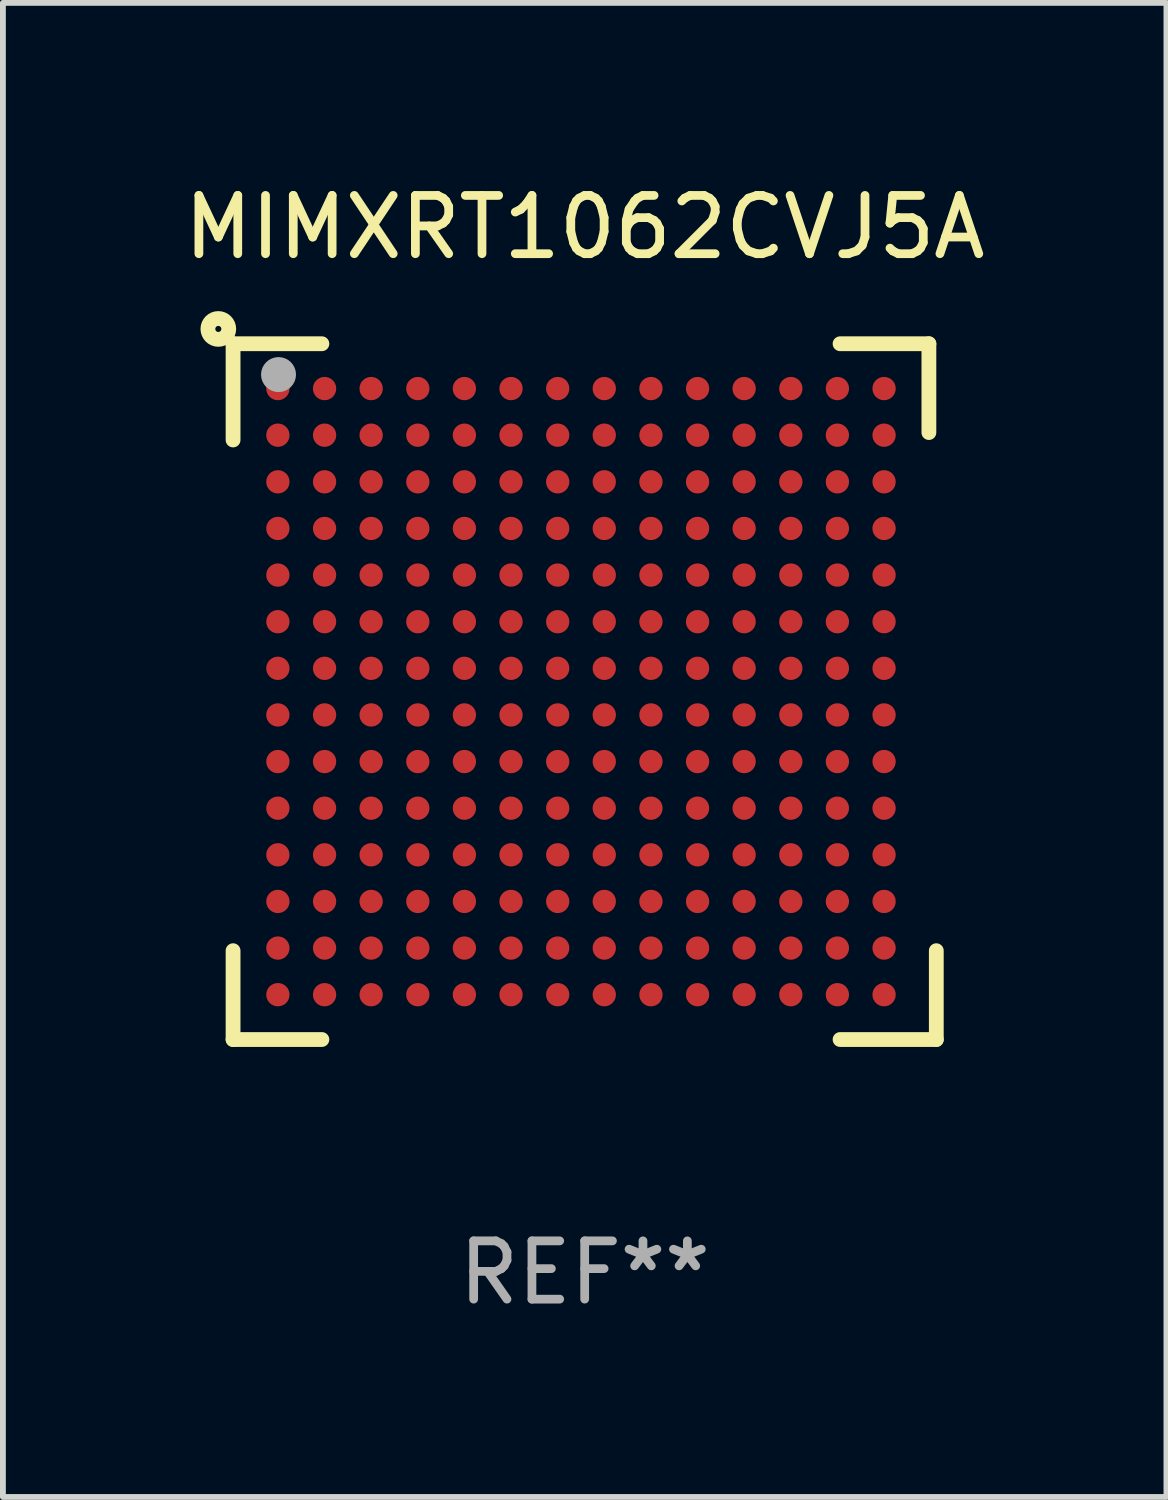
<source format=kicad_pcb>
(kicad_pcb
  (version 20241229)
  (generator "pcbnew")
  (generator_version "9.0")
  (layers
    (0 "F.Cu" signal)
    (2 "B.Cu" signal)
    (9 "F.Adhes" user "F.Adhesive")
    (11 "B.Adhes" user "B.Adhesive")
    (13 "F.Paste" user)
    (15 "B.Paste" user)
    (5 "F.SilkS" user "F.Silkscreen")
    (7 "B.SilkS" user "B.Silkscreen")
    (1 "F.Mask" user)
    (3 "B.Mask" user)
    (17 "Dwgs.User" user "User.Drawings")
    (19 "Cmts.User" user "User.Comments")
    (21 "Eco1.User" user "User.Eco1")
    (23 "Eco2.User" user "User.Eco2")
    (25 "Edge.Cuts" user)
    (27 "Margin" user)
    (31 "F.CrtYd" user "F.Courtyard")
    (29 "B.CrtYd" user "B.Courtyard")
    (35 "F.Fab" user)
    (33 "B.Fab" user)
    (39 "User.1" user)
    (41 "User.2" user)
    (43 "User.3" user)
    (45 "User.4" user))
  (footprint "MIMXRT1062CVJ5A"
    (layer "F.Cu")
    (at 6.982 8.817)
    (property "Reference" "MIMXRT1062CVJ5A" (at 0 -7.969 0) (layer "F.SilkS") (effects (font (size 1 1) (thickness 0.15))))
    (attr through_hole)
    (fp_line (start -6.033 -5.969) (end -4.509 -5.969) (stroke (width 0.254) (type solid)) (layer "F.SilkS"))
    (fp_line (start -6.033 -4.318) (end -6.033 -5.969) (stroke (width 0.254) (type solid)) (layer "F.SilkS"))
    (fp_line (start -6.033 5.969) (end -6.033 4.445) (stroke (width 0.254) (type solid)) (layer "F.SilkS"))
    (fp_line (start -4.509 5.969) (end -6.033 5.969) (stroke (width 0.254) (type solid)) (layer "F.SilkS"))
    (fp_line (start 4.382 -5.969) (end 5.906 -5.969) (stroke (width 0.254) (type solid)) (layer "F.SilkS"))
    (fp_line (start 5.906 -5.969) (end 5.906 -4.445) (stroke (width 0.254) (type solid)) (layer "F.SilkS"))
    (fp_line (start 6.033 4.445) (end 6.033 5.969) (stroke (width 0.254) (type solid)) (layer "F.SilkS"))
    (fp_line (start 6.033 5.969) (end 4.382 5.969) (stroke (width 0.254) (type solid)) (layer "F.SilkS"))
    (fp_circle (center -6.286 -6.223) (end -6.107 -6.223) (stroke (width 0.254) (type solid)) (fill no) (layer "F.SilkS"))
    (fp_circle (center -6.064 -6) (end -6.013 -6) (stroke (width 0.1) (type solid)) (fill no) (layer "F.SilkS"))
    (fp_circle (center -5.253 -5.44) (end -5.103 -5.44) (stroke (width 0.3) (type solid)) (fill no) (layer "F.Fab"))
    (fp_text user "REF**" (at 0 9.969 0) (layer "F.Fab") (effects (font (size 1 1) (thickness 0.15))))
    (pad "A1" smd circle (at -5.264 -5.2) (size 0.4 0.4) (layers "F.Cu" "F.Mask" "F.Paste"))
    (pad "A2" smd circle (at -4.463 -5.2) (size 0.4 0.4) (layers "F.Cu" "F.Mask" "F.Paste"))
    (pad "A3" smd circle (at -3.664 -5.2) (size 0.4 0.4) (layers "F.Cu" "F.Mask" "F.Paste"))
    (pad "A4" smd circle (at -2.863 -5.2) (size 0.4 0.4) (layers "F.Cu" "F.Mask" "F.Paste"))
    (pad "A5" smd circle (at -2.064 -5.2) (size 0.4 0.4) (layers "F.Cu" "F.Mask" "F.Paste"))
    (pad "A6" smd circle (at -1.264 -5.2) (size 0.4 0.4) (layers "F.Cu" "F.Mask" "F.Paste"))
    (pad "A7" smd circle (at -0.463 -5.2) (size 0.4 0.4) (layers "F.Cu" "F.Mask" "F.Paste"))
    (pad "A8" smd circle (at 0.336 -5.2) (size 0.4 0.4) (layers "F.Cu" "F.Mask" "F.Paste"))
    (pad "A9" smd circle (at 1.137 -5.2) (size 0.4 0.4) (layers "F.Cu" "F.Mask" "F.Paste"))
    (pad "A10" smd circle (at 1.937 -5.2) (size 0.4 0.4) (layers "F.Cu" "F.Mask" "F.Paste"))
    (pad "A11" smd circle (at 2.736 -5.2) (size 0.4 0.4) (layers "F.Cu" "F.Mask" "F.Paste"))
    (pad "A12" smd circle (at 3.537 -5.2) (size 0.4 0.4) (layers "F.Cu" "F.Mask" "F.Paste"))
    (pad "A13" smd circle (at 4.336 -5.2) (size 0.4 0.4) (layers "F.Cu" "F.Mask" "F.Paste"))
    (pad "A14" smd circle (at 5.137 -5.2) (size 0.4 0.4) (layers "F.Cu" "F.Mask" "F.Paste"))
    (pad "B1" smd circle (at -5.264 -4.4) (size 0.4 0.4) (layers "F.Cu" "F.Mask" "F.Paste"))
    (pad "B2" smd circle (at -4.463 -4.4) (size 0.4 0.4) (layers "F.Cu" "F.Mask" "F.Paste"))
    (pad "B3" smd circle (at -3.664 -4.4) (size 0.4 0.4) (layers "F.Cu" "F.Mask" "F.Paste"))
    (pad "B4" smd circle (at -2.863 -4.4) (size 0.4 0.4) (layers "F.Cu" "F.Mask" "F.Paste"))
    (pad "B5" smd circle (at -2.064 -4.4) (size 0.4 0.4) (layers "F.Cu" "F.Mask" "F.Paste"))
    (pad "B6" smd circle (at -1.264 -4.4) (size 0.4 0.4) (layers "F.Cu" "F.Mask" "F.Paste"))
    (pad "B7" smd circle (at -0.463 -4.4) (size 0.4 0.4) (layers "F.Cu" "F.Mask" "F.Paste"))
    (pad "B8" smd circle (at 0.336 -4.4) (size 0.4 0.4) (layers "F.Cu" "F.Mask" "F.Paste"))
    (pad "B9" smd circle (at 1.137 -4.4) (size 0.4 0.4) (layers "F.Cu" "F.Mask" "F.Paste"))
    (pad "B10" smd circle (at 1.937 -4.4) (size 0.4 0.4) (layers "F.Cu" "F.Mask" "F.Paste"))
    (pad "B11" smd circle (at 2.736 -4.4) (size 0.4 0.4) (layers "F.Cu" "F.Mask" "F.Paste"))
    (pad "B12" smd circle (at 3.537 -4.4) (size 0.4 0.4) (layers "F.Cu" "F.Mask" "F.Paste"))
    (pad "B13" smd circle (at 4.336 -4.4) (size 0.4 0.4) (layers "F.Cu" "F.Mask" "F.Paste"))
    (pad "B14" smd circle (at 5.137 -4.4) (size 0.4 0.4) (layers "F.Cu" "F.Mask" "F.Paste"))
    (pad "C1" smd circle (at -5.264 -3.6) (size 0.4 0.4) (layers "F.Cu" "F.Mask" "F.Paste"))
    (pad "C2" smd circle (at -4.463 -3.6) (size 0.4 0.4) (layers "F.Cu" "F.Mask" "F.Paste"))
    (pad "C3" smd circle (at -3.664 -3.6) (size 0.4 0.4) (layers "F.Cu" "F.Mask" "F.Paste"))
    (pad "C4" smd circle (at -2.863 -3.6) (size 0.4 0.4) (layers "F.Cu" "F.Mask" "F.Paste"))
    (pad "C5" smd circle (at -2.064 -3.6) (size 0.4 0.4) (layers "F.Cu" "F.Mask" "F.Paste"))
    (pad "C6" smd circle (at -1.264 -3.6) (size 0.4 0.4) (layers "F.Cu" "F.Mask" "F.Paste"))
    (pad "C7" smd circle (at -0.463 -3.6) (size 0.4 0.4) (layers "F.Cu" "F.Mask" "F.Paste"))
    (pad "C8" smd circle (at 0.336 -3.6) (size 0.4 0.4) (layers "F.Cu" "F.Mask" "F.Paste"))
    (pad "C9" smd circle (at 1.137 -3.6) (size 0.4 0.4) (layers "F.Cu" "F.Mask" "F.Paste"))
    (pad "C10" smd circle (at 1.937 -3.6) (size 0.4 0.4) (layers "F.Cu" "F.Mask" "F.Paste"))
    (pad "C11" smd circle (at 2.736 -3.6) (size 0.4 0.4) (layers "F.Cu" "F.Mask" "F.Paste"))
    (pad "C12" smd circle (at 3.537 -3.6) (size 0.4 0.4) (layers "F.Cu" "F.Mask" "F.Paste"))
    (pad "C13" smd circle (at 4.336 -3.6) (size 0.4 0.4) (layers "F.Cu" "F.Mask" "F.Paste"))
    (pad "C14" smd circle (at 5.137 -3.6) (size 0.4 0.4) (layers "F.Cu" "F.Mask" "F.Paste"))
    (pad "D1" smd circle (at -5.264 -2.8) (size 0.4 0.4) (layers "F.Cu" "F.Mask" "F.Paste"))
    (pad "D2" smd circle (at -4.463 -2.8) (size 0.4 0.4) (layers "F.Cu" "F.Mask" "F.Paste"))
    (pad "D3" smd circle (at -3.664 -2.8) (size 0.4 0.4) (layers "F.Cu" "F.Mask" "F.Paste"))
    (pad "D4" smd circle (at -2.863 -2.8) (size 0.4 0.4) (layers "F.Cu" "F.Mask" "F.Paste"))
    (pad "D5" smd circle (at -2.064 -2.8) (size 0.4 0.4) (layers "F.Cu" "F.Mask" "F.Paste"))
    (pad "D6" smd circle (at -1.264 -2.8) (size 0.4 0.4) (layers "F.Cu" "F.Mask" "F.Paste"))
    (pad "D7" smd circle (at -0.463 -2.8) (size 0.4 0.4) (layers "F.Cu" "F.Mask" "F.Paste"))
    (pad "D8" smd circle (at 0.336 -2.8) (size 0.4 0.4) (layers "F.Cu" "F.Mask" "F.Paste"))
    (pad "D9" smd circle (at 1.137 -2.8) (size 0.4 0.4) (layers "F.Cu" "F.Mask" "F.Paste"))
    (pad "D10" smd circle (at 1.937 -2.8) (size 0.4 0.4) (layers "F.Cu" "F.Mask" "F.Paste"))
    (pad "D11" smd circle (at 2.736 -2.8) (size 0.4 0.4) (layers "F.Cu" "F.Mask" "F.Paste"))
    (pad "D12" smd circle (at 3.537 -2.8) (size 0.4 0.4) (layers "F.Cu" "F.Mask" "F.Paste"))
    (pad "D13" smd circle (at 4.336 -2.8) (size 0.4 0.4) (layers "F.Cu" "F.Mask" "F.Paste"))
    (pad "D14" smd circle (at 5.137 -2.8) (size 0.4 0.4) (layers "F.Cu" "F.Mask" "F.Paste"))
    (pad "E1" smd circle (at -5.264 -2) (size 0.4 0.4) (layers "F.Cu" "F.Mask" "F.Paste"))
    (pad "E2" smd circle (at -4.463 -2) (size 0.4 0.4) (layers "F.Cu" "F.Mask" "F.Paste"))
    (pad "E3" smd circle (at -3.664 -2) (size 0.4 0.4) (layers "F.Cu" "F.Mask" "F.Paste"))
    (pad "E4" smd circle (at -2.863 -2) (size 0.4 0.4) (layers "F.Cu" "F.Mask" "F.Paste"))
    (pad "E5" smd circle (at -2.064 -2) (size 0.4 0.4) (layers "F.Cu" "F.Mask" "F.Paste"))
    (pad "E6" smd circle (at -1.264 -2) (size 0.4 0.4) (layers "F.Cu" "F.Mask" "F.Paste"))
    (pad "E7" smd circle (at -0.463 -2) (size 0.4 0.4) (layers "F.Cu" "F.Mask" "F.Paste"))
    (pad "E8" smd circle (at 0.336 -2) (size 0.4 0.4) (layers "F.Cu" "F.Mask" "F.Paste"))
    (pad "E9" smd circle (at 1.137 -2) (size 0.4 0.4) (layers "F.Cu" "F.Mask" "F.Paste"))
    (pad "E10" smd circle (at 1.937 -2) (size 0.4 0.4) (layers "F.Cu" "F.Mask" "F.Paste"))
    (pad "E11" smd circle (at 2.736 -2) (size 0.4 0.4) (layers "F.Cu" "F.Mask" "F.Paste"))
    (pad "E12" smd circle (at 3.537 -2) (size 0.4 0.4) (layers "F.Cu" "F.Mask" "F.Paste"))
    (pad "E13" smd circle (at 4.336 -2) (size 0.4 0.4) (layers "F.Cu" "F.Mask" "F.Paste"))
    (pad "E14" smd circle (at 5.137 -2) (size 0.4 0.4) (layers "F.Cu" "F.Mask" "F.Paste"))
    (pad "F1" smd circle (at -5.264 -1.2) (size 0.4 0.4) (layers "F.Cu" "F.Mask" "F.Paste"))
    (pad "F2" smd circle (at -4.463 -1.2) (size 0.4 0.4) (layers "F.Cu" "F.Mask" "F.Paste"))
    (pad "F3" smd circle (at -3.664 -1.2) (size 0.4 0.4) (layers "F.Cu" "F.Mask" "F.Paste"))
    (pad "F4" smd circle (at -2.863 -1.2) (size 0.4 0.4) (layers "F.Cu" "F.Mask" "F.Paste"))
    (pad "F5" smd circle (at -2.064 -1.2) (size 0.4 0.4) (layers "F.Cu" "F.Mask" "F.Paste"))
    (pad "F6" smd circle (at -1.264 -1.2) (size 0.4 0.4) (layers "F.Cu" "F.Mask" "F.Paste"))
    (pad "F7" smd circle (at -0.463 -1.2) (size 0.4 0.4) (layers "F.Cu" "F.Mask" "F.Paste"))
    (pad "F8" smd circle (at 0.336 -1.2) (size 0.4 0.4) (layers "F.Cu" "F.Mask" "F.Paste"))
    (pad "F9" smd circle (at 1.137 -1.2) (size 0.4 0.4) (layers "F.Cu" "F.Mask" "F.Paste"))
    (pad "F10" smd circle (at 1.937 -1.2) (size 0.4 0.4) (layers "F.Cu" "F.Mask" "F.Paste"))
    (pad "F11" smd circle (at 2.736 -1.2) (size 0.4 0.4) (layers "F.Cu" "F.Mask" "F.Paste"))
    (pad "F12" smd circle (at 3.537 -1.2) (size 0.4 0.4) (layers "F.Cu" "F.Mask" "F.Paste"))
    (pad "F13" smd circle (at 4.336 -1.2) (size 0.4 0.4) (layers "F.Cu" "F.Mask" "F.Paste"))
    (pad "F14" smd circle (at 5.137 -1.2) (size 0.4 0.4) (layers "F.Cu" "F.Mask" "F.Paste"))
    (pad "G1" smd circle (at -5.264 -0.4) (size 0.4 0.4) (layers "F.Cu" "F.Mask" "F.Paste"))
    (pad "G2" smd circle (at -4.463 -0.4) (size 0.4 0.4) (layers "F.Cu" "F.Mask" "F.Paste"))
    (pad "G3" smd circle (at -3.664 -0.4) (size 0.4 0.4) (layers "F.Cu" "F.Mask" "F.Paste"))
    (pad "G4" smd circle (at -2.863 -0.4) (size 0.4 0.4) (layers "F.Cu" "F.Mask" "F.Paste"))
    (pad "G5" smd circle (at -2.064 -0.4) (size 0.4 0.4) (layers "F.Cu" "F.Mask" "F.Paste"))
    (pad "G6" smd circle (at -1.264 -0.4) (size 0.4 0.4) (layers "F.Cu" "F.Mask" "F.Paste"))
    (pad "G7" smd circle (at -0.463 -0.4) (size 0.4 0.4) (layers "F.Cu" "F.Mask" "F.Paste"))
    (pad "G8" smd circle (at 0.336 -0.4) (size 0.4 0.4) (layers "F.Cu" "F.Mask" "F.Paste"))
    (pad "G9" smd circle (at 1.137 -0.4) (size 0.4 0.4) (layers "F.Cu" "F.Mask" "F.Paste"))
    (pad "G10" smd circle (at 1.937 -0.4) (size 0.4 0.4) (layers "F.Cu" "F.Mask" "F.Paste"))
    (pad "G11" smd circle (at 2.736 -0.4) (size 0.4 0.4) (layers "F.Cu" "F.Mask" "F.Paste"))
    (pad "G12" smd circle (at 3.537 -0.4) (size 0.4 0.4) (layers "F.Cu" "F.Mask" "F.Paste"))
    (pad "G13" smd circle (at 4.336 -0.4) (size 0.4 0.4) (layers "F.Cu" "F.Mask" "F.Paste"))
    (pad "G14" smd circle (at 5.137 -0.4) (size 0.4 0.4) (layers "F.Cu" "F.Mask" "F.Paste"))
    (pad "H1" smd circle (at -5.264 0.4) (size 0.4 0.4) (layers "F.Cu" "F.Mask" "F.Paste"))
    (pad "H2" smd circle (at -4.463 0.4) (size 0.4 0.4) (layers "F.Cu" "F.Mask" "F.Paste"))
    (pad "H3" smd circle (at -3.664 0.4) (size 0.4 0.4) (layers "F.Cu" "F.Mask" "F.Paste"))
    (pad "H4" smd circle (at -2.863 0.4) (size 0.4 0.4) (layers "F.Cu" "F.Mask" "F.Paste"))
    (pad "H5" smd circle (at -2.064 0.4) (size 0.4 0.4) (layers "F.Cu" "F.Mask" "F.Paste"))
    (pad "H6" smd circle (at -1.264 0.4) (size 0.4 0.4) (layers "F.Cu" "F.Mask" "F.Paste"))
    (pad "H7" smd circle (at -0.463 0.4) (size 0.4 0.4) (layers "F.Cu" "F.Mask" "F.Paste"))
    (pad "H8" smd circle (at 0.336 0.4) (size 0.4 0.4) (layers "F.Cu" "F.Mask" "F.Paste"))
    (pad "H9" smd circle (at 1.137 0.4) (size 0.4 0.4) (layers "F.Cu" "F.Mask" "F.Paste"))
    (pad "H10" smd circle (at 1.937 0.4) (size 0.4 0.4) (layers "F.Cu" "F.Mask" "F.Paste"))
    (pad "H11" smd circle (at 2.736 0.4) (size 0.4 0.4) (layers "F.Cu" "F.Mask" "F.Paste"))
    (pad "H12" smd circle (at 3.537 0.4) (size 0.4 0.4) (layers "F.Cu" "F.Mask" "F.Paste"))
    (pad "H13" smd circle (at 4.336 0.4) (size 0.4 0.4) (layers "F.Cu" "F.Mask" "F.Paste"))
    (pad "H14" smd circle (at 5.137 0.4) (size 0.4 0.4) (layers "F.Cu" "F.Mask" "F.Paste"))
    (pad "J1" smd circle (at -5.264 1.2) (size 0.4 0.4) (layers "F.Cu" "F.Mask" "F.Paste"))
    (pad "J2" smd circle (at -4.463 1.2) (size 0.4 0.4) (layers "F.Cu" "F.Mask" "F.Paste"))
    (pad "J3" smd circle (at -3.664 1.2) (size 0.4 0.4) (layers "F.Cu" "F.Mask" "F.Paste"))
    (pad "J4" smd circle (at -2.863 1.2) (size 0.4 0.4) (layers "F.Cu" "F.Mask" "F.Paste"))
    (pad "J5" smd circle (at -2.064 1.2) (size 0.4 0.4) (layers "F.Cu" "F.Mask" "F.Paste"))
    (pad "J6" smd circle (at -1.264 1.2) (size 0.4 0.4) (layers "F.Cu" "F.Mask" "F.Paste"))
    (pad "J7" smd circle (at -0.463 1.2) (size 0.4 0.4) (layers "F.Cu" "F.Mask" "F.Paste"))
    (pad "J8" smd circle (at 0.336 1.2) (size 0.4 0.4) (layers "F.Cu" "F.Mask" "F.Paste"))
    (pad "J9" smd circle (at 1.137 1.2) (size 0.4 0.4) (layers "F.Cu" "F.Mask" "F.Paste"))
    (pad "J10" smd circle (at 1.937 1.2) (size 0.4 0.4) (layers "F.Cu" "F.Mask" "F.Paste"))
    (pad "J11" smd circle (at 2.736 1.2) (size 0.4 0.4) (layers "F.Cu" "F.Mask" "F.Paste"))
    (pad "J12" smd circle (at 3.537 1.2) (size 0.4 0.4) (layers "F.Cu" "F.Mask" "F.Paste"))
    (pad "J13" smd circle (at 4.336 1.2) (size 0.4 0.4) (layers "F.Cu" "F.Mask" "F.Paste"))
    (pad "J14" smd circle (at 5.137 1.2) (size 0.4 0.4) (layers "F.Cu" "F.Mask" "F.Paste"))
    (pad "K1" smd circle (at -5.264 2) (size 0.4 0.4) (layers "F.Cu" "F.Mask" "F.Paste"))
    (pad "K2" smd circle (at -4.463 2) (size 0.4 0.4) (layers "F.Cu" "F.Mask" "F.Paste"))
    (pad "K3" smd circle (at -3.664 2) (size 0.4 0.4) (layers "F.Cu" "F.Mask" "F.Paste"))
    (pad "K4" smd circle (at -2.863 2) (size 0.4 0.4) (layers "F.Cu" "F.Mask" "F.Paste"))
    (pad "K5" smd circle (at -2.064 2) (size 0.4 0.4) (layers "F.Cu" "F.Mask" "F.Paste"))
    (pad "K6" smd circle (at -1.264 2) (size 0.4 0.4) (layers "F.Cu" "F.Mask" "F.Paste"))
    (pad "K7" smd circle (at -0.463 2) (size 0.4 0.4) (layers "F.Cu" "F.Mask" "F.Paste"))
    (pad "K8" smd circle (at 0.336 2) (size 0.4 0.4) (layers "F.Cu" "F.Mask" "F.Paste"))
    (pad "K9" smd circle (at 1.137 2) (size 0.4 0.4) (layers "F.Cu" "F.Mask" "F.Paste"))
    (pad "K10" smd circle (at 1.937 2) (size 0.4 0.4) (layers "F.Cu" "F.Mask" "F.Paste"))
    (pad "K11" smd circle (at 2.736 2) (size 0.4 0.4) (layers "F.Cu" "F.Mask" "F.Paste"))
    (pad "K12" smd circle (at 3.537 2) (size 0.4 0.4) (layers "F.Cu" "F.Mask" "F.Paste"))
    (pad "K13" smd circle (at 4.336 2) (size 0.4 0.4) (layers "F.Cu" "F.Mask" "F.Paste"))
    (pad "K14" smd circle (at 5.137 2) (size 0.4 0.4) (layers "F.Cu" "F.Mask" "F.Paste"))
    (pad "L1" smd circle (at -5.264 2.8) (size 0.4 0.4) (layers "F.Cu" "F.Mask" "F.Paste"))
    (pad "L2" smd circle (at -4.463 2.8) (size 0.4 0.4) (layers "F.Cu" "F.Mask" "F.Paste"))
    (pad "L3" smd circle (at -3.664 2.8) (size 0.4 0.4) (layers "F.Cu" "F.Mask" "F.Paste"))
    (pad "L4" smd circle (at -2.863 2.8) (size 0.4 0.4) (layers "F.Cu" "F.Mask" "F.Paste"))
    (pad "L5" smd circle (at -2.064 2.8) (size 0.4 0.4) (layers "F.Cu" "F.Mask" "F.Paste"))
    (pad "L6" smd circle (at -1.264 2.8) (size 0.4 0.4) (layers "F.Cu" "F.Mask" "F.Paste"))
    (pad "L7" smd circle (at -0.463 2.8) (size 0.4 0.4) (layers "F.Cu" "F.Mask" "F.Paste"))
    (pad "L8" smd circle (at 0.336 2.8) (size 0.4 0.4) (layers "F.Cu" "F.Mask" "F.Paste"))
    (pad "L9" smd circle (at 1.137 2.8) (size 0.4 0.4) (layers "F.Cu" "F.Mask" "F.Paste"))
    (pad "L10" smd circle (at 1.937 2.8) (size 0.4 0.4) (layers "F.Cu" "F.Mask" "F.Paste"))
    (pad "L11" smd circle (at 2.736 2.8) (size 0.4 0.4) (layers "F.Cu" "F.Mask" "F.Paste"))
    (pad "L12" smd circle (at 3.537 2.8) (size 0.4 0.4) (layers "F.Cu" "F.Mask" "F.Paste"))
    (pad "L13" smd circle (at 4.336 2.8) (size 0.4 0.4) (layers "F.Cu" "F.Mask" "F.Paste"))
    (pad "L14" smd circle (at 5.137 2.8) (size 0.4 0.4) (layers "F.Cu" "F.Mask" "F.Paste"))
    (pad "M1" smd circle (at -5.264 3.6) (size 0.4 0.4) (layers "F.Cu" "F.Mask" "F.Paste"))
    (pad "M2" smd circle (at -4.463 3.6) (size 0.4 0.4) (layers "F.Cu" "F.Mask" "F.Paste"))
    (pad "M3" smd circle (at -3.664 3.6) (size 0.4 0.4) (layers "F.Cu" "F.Mask" "F.Paste"))
    (pad "M4" smd circle (at -2.863 3.6) (size 0.4 0.4) (layers "F.Cu" "F.Mask" "F.Paste"))
    (pad "M5" smd circle (at -2.064 3.6) (size 0.4 0.4) (layers "F.Cu" "F.Mask" "F.Paste"))
    (pad "M6" smd circle (at -1.264 3.6) (size 0.4 0.4) (layers "F.Cu" "F.Mask" "F.Paste"))
    (pad "M7" smd circle (at -0.463 3.6) (size 0.4 0.4) (layers "F.Cu" "F.Mask" "F.Paste"))
    (pad "M8" smd circle (at 0.336 3.6) (size 0.4 0.4) (layers "F.Cu" "F.Mask" "F.Paste"))
    (pad "M9" smd circle (at 1.137 3.6) (size 0.4 0.4) (layers "F.Cu" "F.Mask" "F.Paste"))
    (pad "M10" smd circle (at 1.937 3.6) (size 0.4 0.4) (layers "F.Cu" "F.Mask" "F.Paste"))
    (pad "M11" smd circle (at 2.736 3.6) (size 0.4 0.4) (layers "F.Cu" "F.Mask" "F.Paste"))
    (pad "M12" smd circle (at 3.537 3.6) (size 0.4 0.4) (layers "F.Cu" "F.Mask" "F.Paste"))
    (pad "M13" smd circle (at 4.336 3.6) (size 0.4 0.4) (layers "F.Cu" "F.Mask" "F.Paste"))
    (pad "M14" smd circle (at 5.137 3.6) (size 0.4 0.4) (layers "F.Cu" "F.Mask" "F.Paste"))
    (pad "N1" smd circle (at -5.264 4.4) (size 0.4 0.4) (layers "F.Cu" "F.Mask" "F.Paste"))
    (pad "N2" smd circle (at -4.463 4.4) (size 0.4 0.4) (layers "F.Cu" "F.Mask" "F.Paste"))
    (pad "N3" smd circle (at -3.664 4.4) (size 0.4 0.4) (layers "F.Cu" "F.Mask" "F.Paste"))
    (pad "N4" smd circle (at -2.863 4.4) (size 0.4 0.4) (layers "F.Cu" "F.Mask" "F.Paste"))
    (pad "N5" smd circle (at -2.064 4.4) (size 0.4 0.4) (layers "F.Cu" "F.Mask" "F.Paste"))
    (pad "N6" smd circle (at -1.264 4.4) (size 0.4 0.4) (layers "F.Cu" "F.Mask" "F.Paste"))
    (pad "N7" smd circle (at -0.463 4.4) (size 0.4 0.4) (layers "F.Cu" "F.Mask" "F.Paste"))
    (pad "N8" smd circle (at 0.336 4.4) (size 0.4 0.4) (layers "F.Cu" "F.Mask" "F.Paste"))
    (pad "N9" smd circle (at 1.137 4.4) (size 0.4 0.4) (layers "F.Cu" "F.Mask" "F.Paste"))
    (pad "N10" smd circle (at 1.937 4.4) (size 0.4 0.4) (layers "F.Cu" "F.Mask" "F.Paste"))
    (pad "N11" smd circle (at 2.736 4.4) (size 0.4 0.4) (layers "F.Cu" "F.Mask" "F.Paste"))
    (pad "N12" smd circle (at 3.537 4.4) (size 0.4 0.4) (layers "F.Cu" "F.Mask" "F.Paste"))
    (pad "N13" smd circle (at 4.336 4.4) (size 0.4 0.4) (layers "F.Cu" "F.Mask" "F.Paste"))
    (pad "N14" smd circle (at 5.137 4.4) (size 0.4 0.4) (layers "F.Cu" "F.Mask" "F.Paste"))
    (pad "P1" smd circle (at -5.264 5.2) (size 0.4 0.4) (layers "F.Cu" "F.Mask" "F.Paste"))
    (pad "P2" smd circle (at -4.463 5.2) (size 0.4 0.4) (layers "F.Cu" "F.Mask" "F.Paste"))
    (pad "P3" smd circle (at -3.664 5.2) (size 0.4 0.4) (layers "F.Cu" "F.Mask" "F.Paste"))
    (pad "P4" smd circle (at -2.863 5.2) (size 0.4 0.4) (layers "F.Cu" "F.Mask" "F.Paste"))
    (pad "P5" smd circle (at -2.064 5.2) (size 0.4 0.4) (layers "F.Cu" "F.Mask" "F.Paste"))
    (pad "P6" smd circle (at -1.264 5.2) (size 0.4 0.4) (layers "F.Cu" "F.Mask" "F.Paste"))
    (pad "P7" smd circle (at -0.463 5.2) (size 0.4 0.4) (layers "F.Cu" "F.Mask" "F.Paste"))
    (pad "P8" smd circle (at 0.336 5.2) (size 0.4 0.4) (layers "F.Cu" "F.Mask" "F.Paste"))
    (pad "P9" smd circle (at 1.137 5.2) (size 0.4 0.4) (layers "F.Cu" "F.Mask" "F.Paste"))
    (pad "P10" smd circle (at 1.937 5.2) (size 0.4 0.4) (layers "F.Cu" "F.Mask" "F.Paste"))
    (pad "P11" smd circle (at 2.736 5.2) (size 0.4 0.4) (layers "F.Cu" "F.Mask" "F.Paste"))
    (pad "P12" smd circle (at 3.537 5.2) (size 0.4 0.4) (layers "F.Cu" "F.Mask" "F.Paste"))
    (pad "P13" smd circle (at 4.336 5.2) (size 0.4 0.4) (layers "F.Cu" "F.Mask" "F.Paste"))
    (pad "P14" smd circle (at 5.137 5.2) (size 0.4 0.4) (layers "F.Cu" "F.Mask" "F.Paste")))
  (gr_rect
    (start -3 -3)
    (end 16.964 22.635)
    (stroke (width 0.1) (type default))
    (fill no)
    (layer "Edge.Cuts")))
</source>
